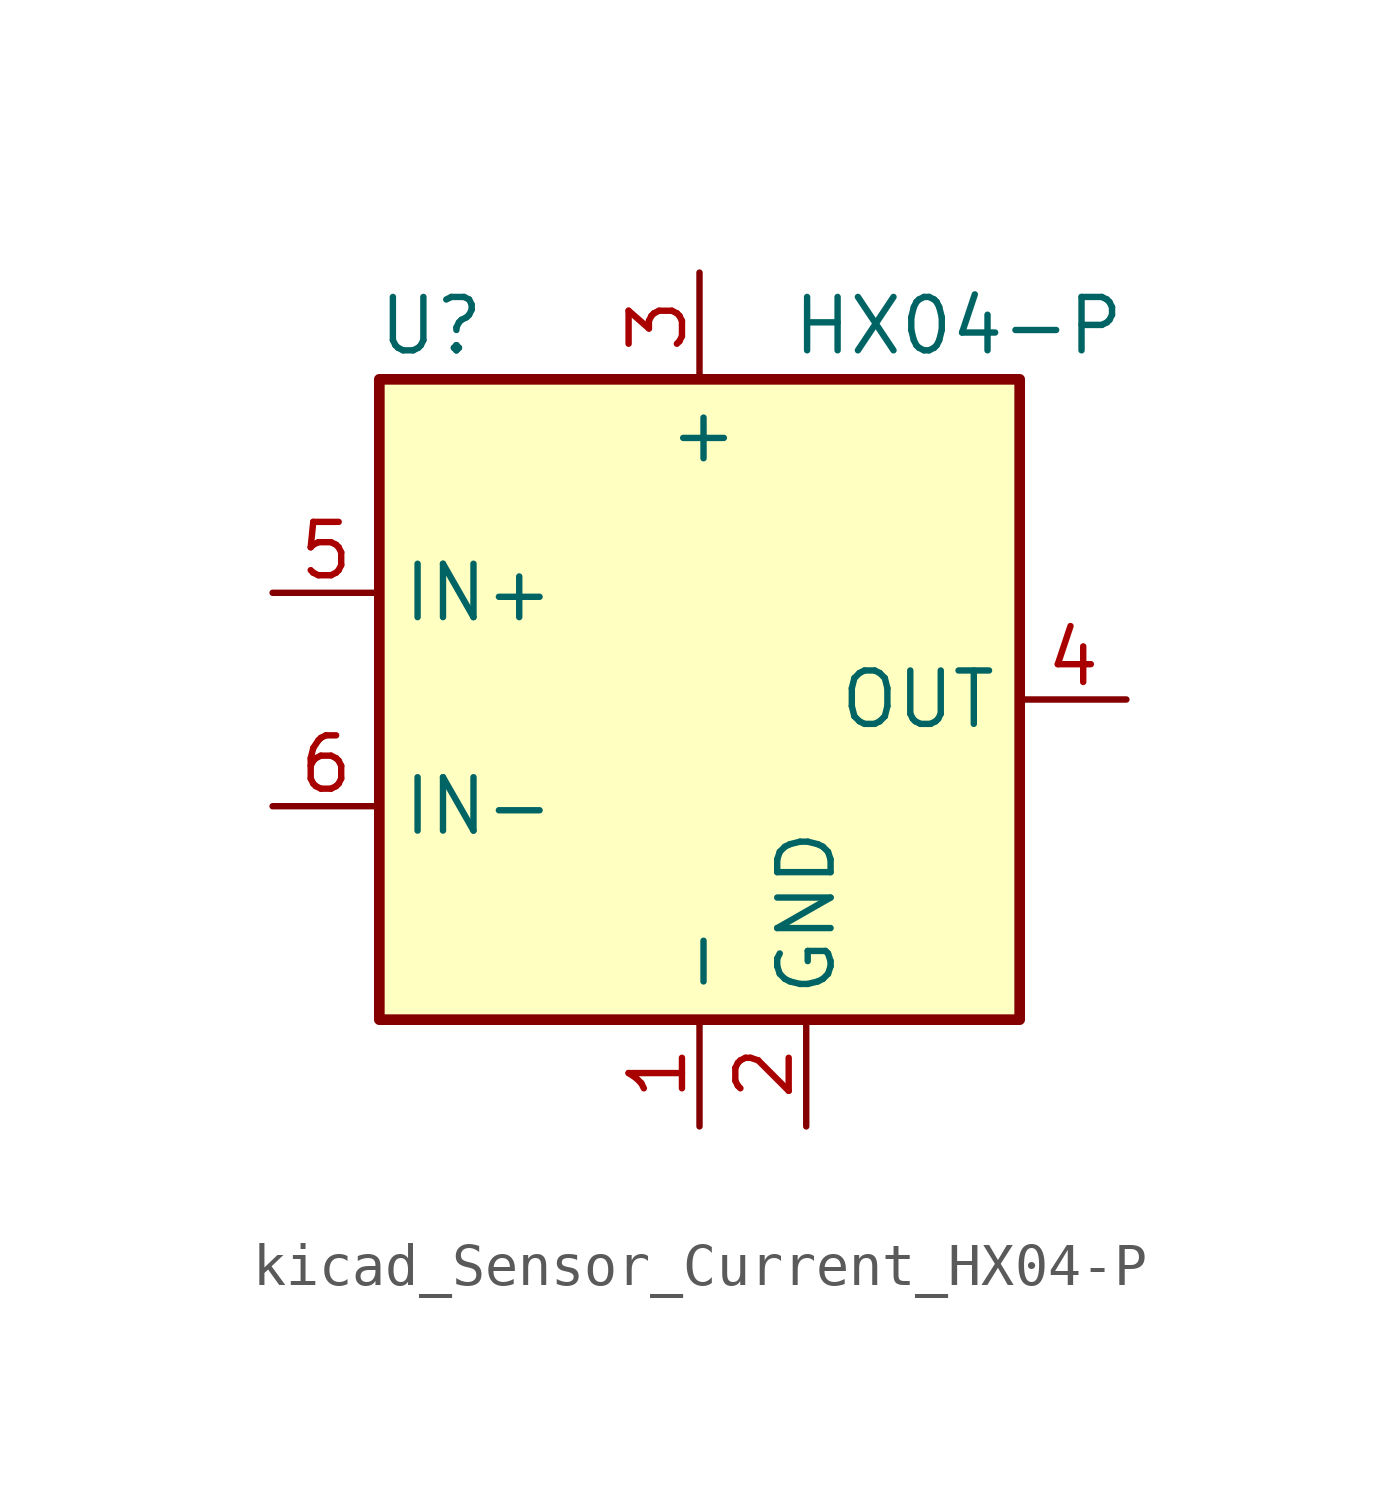
<source format=kicad_sym>
(kicad_symbol_lib
  (version 20220914)
  (generator kicad_symbol_editor)
  (symbol "kicad_Sensor_Current_HX04-P"
    (property "Reference" "U"
      (at -5.08 8.89 0)
      (effects (font (size 1.27 1.27)) (justify right)))
    (property "Value" "HX04-P"
      (at 10.16 8.89 0)
      (effects (font (size 1.27 1.27)) (justify right)))
    (symbol "kicad_Sensor_Current_HX04-P_0_1"
      (rectangle (start -7.62 7.62) (end 7.62 -7.62) (stroke (width 0.254) (type default)) (fill (type background))))
    (symbol "kicad_Sensor_Current_HX04-P_1_1"
      (pin power_in line (at 0 -10.16 90) (length 2.54) (name "-" (effects (font (size 1.27 1.27)))) (number "1" (effects (font (size 1.27 1.27)))))
      (pin power_in line (at 2.54 -10.16 90) (length 2.54) (name "GND" (effects (font (size 1.27 1.27)))) (number "2" (effects (font (size 1.27 1.27)))))
      (pin power_in line (at 0 10.16 270) (length 2.54) (name "+" (effects (font (size 1.27 1.27)))) (number "3" (effects (font (size 1.27 1.27)))))
      (pin output line (at 10.16 0 180) (length 2.54) (name "OUT" (effects (font (size 1.27 1.27)))) (number "4" (effects (font (size 1.27 1.27)))))
      (pin passive line (at -10.16 2.54 0) (length 2.54) (name "IN+" (effects (font (size 1.27 1.27)))) (number "5" (effects (font (size 1.27 1.27)))))
      (pin passive line (at -10.16 -2.54 0) (length 2.54) (name "IN-" (effects (font (size 1.27 1.27)))) (number "6" (effects (font (size 1.27 1.27))))))))
</source>
